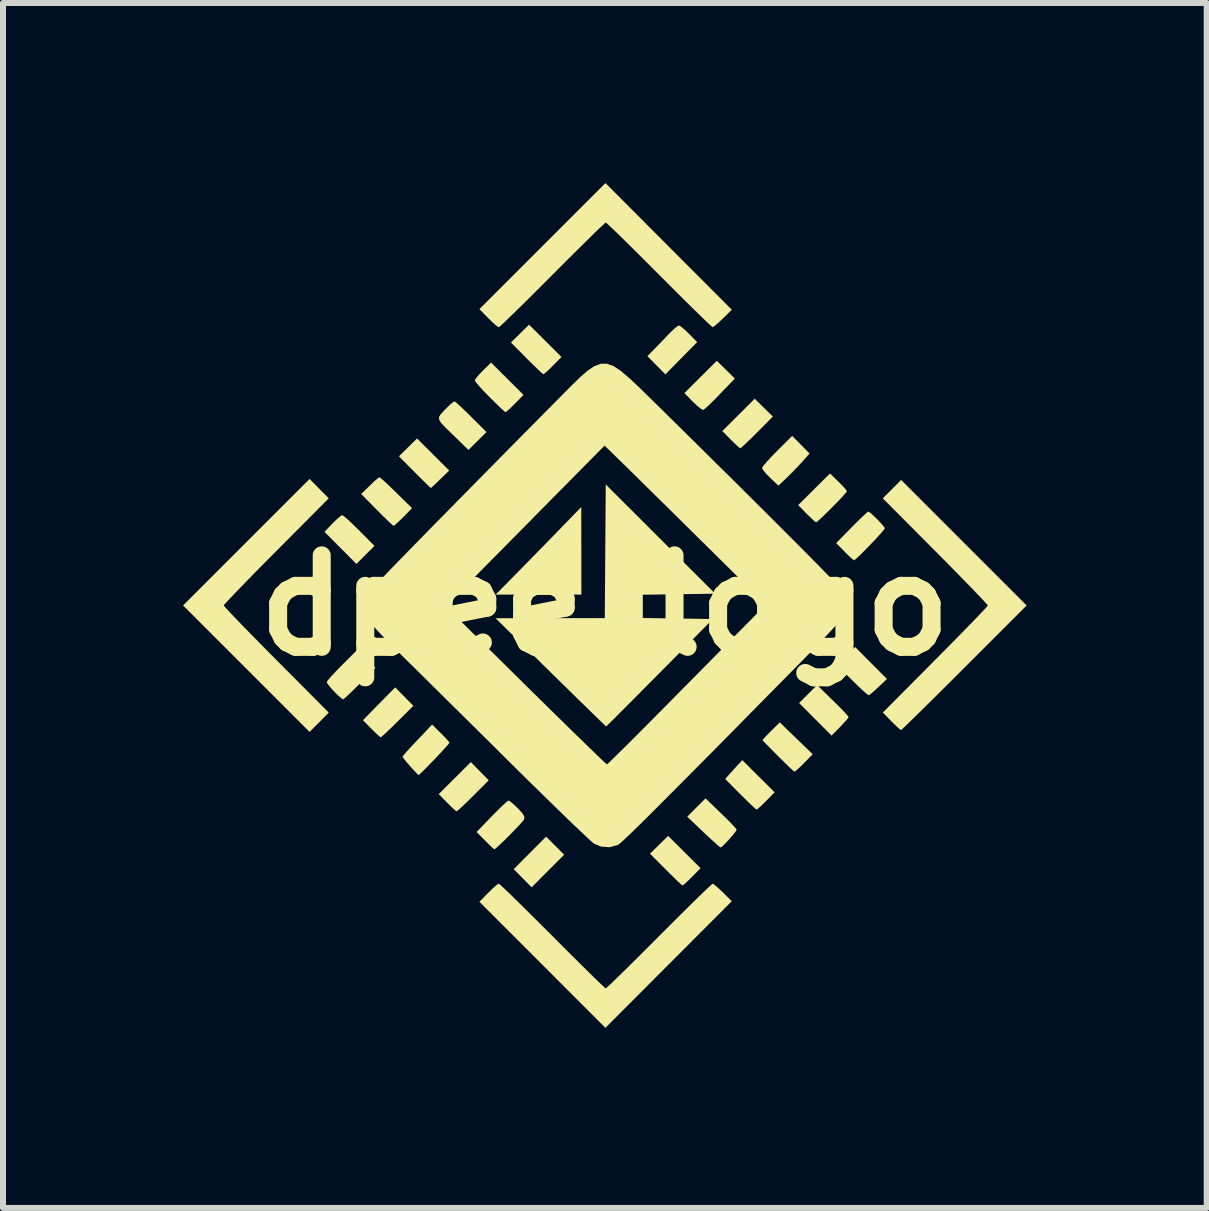
<source format=kicad_pcb>
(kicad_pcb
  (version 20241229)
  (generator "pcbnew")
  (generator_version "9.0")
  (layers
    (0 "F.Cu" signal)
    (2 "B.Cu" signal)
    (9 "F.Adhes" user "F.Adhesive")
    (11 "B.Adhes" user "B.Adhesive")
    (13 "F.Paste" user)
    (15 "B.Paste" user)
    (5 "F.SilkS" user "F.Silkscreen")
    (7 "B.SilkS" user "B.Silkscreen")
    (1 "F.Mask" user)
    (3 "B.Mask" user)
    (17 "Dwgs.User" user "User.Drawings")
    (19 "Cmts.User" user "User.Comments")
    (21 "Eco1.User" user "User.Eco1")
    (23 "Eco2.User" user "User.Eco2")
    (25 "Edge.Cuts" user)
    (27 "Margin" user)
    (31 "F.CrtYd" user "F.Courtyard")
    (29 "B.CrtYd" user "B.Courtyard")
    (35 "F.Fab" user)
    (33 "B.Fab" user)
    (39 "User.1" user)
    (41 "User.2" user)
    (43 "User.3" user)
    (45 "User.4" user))
  (footprint "dpee_logo"
    (layer "F.Cu")
    (at 7.027 7.037)
    (property "Reference" "dpee_logo" (at 0 0 0) (layer "F.SilkS") (effects (font (size 1.524 1.524) (thickness 0.3))))
    (attr board_only exclude_from_pos_files exclude_from_bom)
    (fp_poly (pts (xy -0.828 4.003) (xy -0.678 4.153) (xy -1.22 4.696) (xy -1.369 4.545) (xy -1.518 4.393) (xy -1.249 4.123) (xy -0.979 3.852)) (stroke (width 0) (type solid)) (fill yes) (layer "F.SilkS"))
    (fp_poly (pts (xy -0.392 -0.91) (xy -0.391 -0.181) (xy -1.82 -0.181) (xy -1.545 -0.459) (xy -1.434 -0.572) (xy -1.294 -0.715) (xy -1.137 -0.875) (xy -0.975 -1.041) (xy -0.831 -1.189) (xy -0.393 -1.64)) (stroke (width 0) (type solid)) (fill yes) (layer "F.SilkS"))
    (fp_poly (pts (xy -4.345 -1.485) (xy -4.281 -1.43) (xy -4.194 -1.348) (xy -4.093 -1.249) (xy -3.838 -0.993) (xy -4.139 -0.692) (xy -4.405 -0.959) (xy -4.671 -1.226) (xy -4.538 -1.366) (xy -4.464 -1.438) (xy -4.405 -1.488) (xy -4.376 -1.505)) (stroke (width 0) (type solid)) (fill yes) (layer "F.SilkS"))
    (fp_poly (pts (xy 3.799 1.583) (xy 3.901 1.683) (xy 3.984 1.769) (xy 4.04 1.83) (xy 4.062 1.86) (xy 4.062 1.86) (xy 4.041 1.891) (xy 3.989 1.95) (xy 3.919 2.024) (xy 3.777 2.168) (xy 3.236 1.625) (xy 3.536 1.326)) (stroke (width 0) (type solid)) (fill yes) (layer "F.SilkS"))
    (fp_poly (pts (xy -3.19 1.672) (xy -3.454 1.934) (xy -3.556 2.035) (xy -3.642 2.117) (xy -3.704 2.174) (xy -3.733 2.197) (xy -3.733 2.197) (xy -3.761 2.177) (xy -3.818 2.125) (xy -3.89 2.054) (xy -4.03 1.911) (xy -3.762 1.638) (xy -3.493 1.365)) (stroke (width 0) (type solid)) (fill yes) (layer "F.SilkS"))
    (fp_poly (pts (xy 1.324 4.108) (xy 1.595 4.377) (xy 1.453 4.521) (xy 1.379 4.594) (xy 1.322 4.645) (xy 1.295 4.665) (xy 1.268 4.645) (xy 1.208 4.59) (xy 1.124 4.508) (xy 1.023 4.408) (xy 1.015 4.4) (xy 0.752 4.136) (xy 1.054 3.839)) (stroke (width 0) (type solid)) (fill yes) (layer "F.SilkS"))
    (fp_poly (pts (xy 2.016 -3.928) (xy 2.166 -3.78) (xy 1.918 -3.523) (xy 1.819 -3.421) (xy 1.733 -3.337) (xy 1.67 -3.28) (xy 1.64 -3.257) (xy 1.605 -3.273) (xy 1.543 -3.322) (xy 1.467 -3.393) (xy 1.325 -3.538) (xy 1.595 -3.807) (xy 1.865 -4.076)) (stroke (width 0) (type solid)) (fill yes) (layer "F.SilkS"))
    (fp_poly (pts (xy 4.435 0.959) (xy 4.7 1.225) (xy 4.56 1.358) (xy 4.484 1.427) (xy 4.425 1.478) (xy 4.399 1.497) (xy 4.371 1.48) (xy 4.31 1.428) (xy 4.225 1.349) (xy 4.125 1.25) (xy 4.123 1.249) (xy 3.868 0.993) (xy 4.169 0.692)) (stroke (width 0) (type solid)) (fill yes) (layer "F.SilkS"))
    (fp_poly (pts (xy -2.083 2.762) (xy -1.935 2.914) (xy -2.194 3.172) (xy -2.295 3.272) (xy -2.381 3.354) (xy -2.442 3.409) (xy -2.469 3.431) (xy -2.469 3.431) (xy -2.497 3.411) (xy -2.554 3.359) (xy -2.627 3.287) (xy -2.768 3.143) (xy -2.5 2.876) (xy -2.232 2.609)) (stroke (width 0) (type solid)) (fill yes) (layer "F.SilkS"))
    (fp_poly (pts (xy -0.993 -4.409) (xy -0.723 -4.14) (xy -0.864 -3.996) (xy -0.938 -3.923) (xy -0.995 -3.872) (xy -1.023 -3.852) (xy -1.049 -3.872) (xy -1.109 -3.927) (xy -1.194 -4.009) (xy -1.295 -4.108) (xy -1.302 -4.116) (xy -1.565 -4.381) (xy -1.414 -4.529) (xy -1.263 -4.678)) (stroke (width 0) (type solid)) (fill yes) (layer "F.SilkS"))
    (fp_poly (pts (xy 1.27 -4.645) (xy 1.332 -4.593) (xy 1.401 -4.526) (xy 1.538 -4.387) (xy 1.273 -4.119) (xy 1.008 -3.85) (xy 0.709 -4.153) (xy 0.859 -4.307) (xy 0.952 -4.403) (xy 1.044 -4.499) (xy 1.107 -4.563) (xy 1.171 -4.623) (xy 1.221 -4.66) (xy 1.235 -4.665)) (stroke (width 0) (type solid)) (fill yes) (layer "F.SilkS"))
    (fp_poly (pts (xy 2.648 -3.295) (xy 2.799 -3.147) (xy 2.536 -2.882) (xy 2.435 -2.782) (xy 2.349 -2.699) (xy 2.286 -2.641) (xy 2.257 -2.618) (xy 2.257 -2.618) (xy 2.229 -2.638) (xy 2.171 -2.69) (xy 2.098 -2.762) (xy 1.957 -2.906) (xy 2.227 -3.175) (xy 2.497 -3.444)) (stroke (width 0) (type solid)) (fill yes) (layer "F.SilkS"))
    (fp_poly (pts (xy -2.861 -2.515) (xy -2.593 -2.248) (xy -2.743 -2.102) (xy -2.818 -2.03) (xy -2.874 -1.978) (xy -2.899 -1.956) (xy -2.899 -1.956) (xy -2.922 -1.976) (xy -2.978 -2.031) (xy -3.06 -2.112) (xy -3.159 -2.211) (xy -3.168 -2.22) (xy -3.431 -2.485) (xy -3.28 -2.633) (xy -3.129 -2.782)) (stroke (width 0) (type solid)) (fill yes) (layer "F.SilkS"))
    (fp_poly (pts (xy 2.559 2.845) (xy 2.829 3.113) (xy 2.687 3.257) (xy 2.613 3.33) (xy 2.556 3.381) (xy 2.528 3.401) (xy 2.502 3.381) (xy 2.442 3.326) (xy 2.358 3.245) (xy 2.258 3.146) (xy 2.258 3.146) (xy 2.004 2.891) (xy 2.078 2.808) (xy 2.151 2.727) (xy 2.221 2.651) (xy 2.29 2.577)) (stroke (width 0) (type solid)) (fill yes) (layer "F.SilkS"))
    (fp_poly (pts (xy 3.266 -2.678) (xy 3.41 -2.531) (xy 3.296 -2.402) (xy 3.208 -2.307) (xy 3.104 -2.2) (xy 3.037 -2.134) (xy 2.892 -1.996) (xy 2.755 -2.125) (xy 2.683 -2.198) (xy 2.634 -2.259) (xy 2.618 -2.29) (xy 2.639 -2.324) (xy 2.694 -2.39) (xy 2.775 -2.478) (xy 2.87 -2.575) (xy 3.121 -2.825)) (stroke (width 0) (type solid)) (fill yes) (layer "F.SilkS"))
    (fp_poly (pts (xy -1.625 -3.777) (xy -1.355 -3.508) (xy -1.496 -3.364) (xy -1.57 -3.291) (xy -1.627 -3.24) (xy -1.655 -3.22) (xy -1.681 -3.24) (xy -1.741 -3.295) (xy -1.825 -3.376) (xy -1.919 -3.469) (xy -2.017 -3.57) (xy -2.096 -3.656) (xy -2.149 -3.719) (xy -2.167 -3.749) (xy -2.147 -3.784) (xy -2.095 -3.847) (xy -2.031 -3.913) (xy -1.895 -4.046)) (stroke (width 0) (type solid)) (fill yes) (layer "F.SilkS"))
    (fp_poly (pts (xy 3.892 -2.062) (xy 3.964 -1.989) (xy 4.015 -1.931) (xy 4.033 -1.902) (xy 4.013 -1.874) (xy 3.96 -1.815) (xy 3.884 -1.734) (xy 3.795 -1.644) (xy 3.704 -1.553) (xy 3.622 -1.473) (xy 3.558 -1.414) (xy 3.522 -1.385) (xy 3.519 -1.384) (xy 3.492 -1.404) (xy 3.435 -1.456) (xy 3.362 -1.528) (xy 3.221 -1.672) (xy 3.751 -2.199)) (stroke (width 0) (type solid)) (fill yes) (layer "F.SilkS"))
    (fp_poly (pts (xy -3.973 0.888) (xy -3.824 1.038) (xy -4.083 1.302) (xy -4.184 1.403) (xy -4.27 1.486) (xy -4.332 1.543) (xy -4.361 1.565) (xy -4.362 1.565) (xy -4.392 1.545) (xy -4.449 1.494) (xy -4.508 1.436) (xy -4.575 1.362) (xy -4.621 1.304) (xy -4.635 1.277) (xy -4.614 1.246) (xy -4.559 1.181) (xy -4.478 1.094) (xy -4.379 0.993) (xy -4.123 0.738)) (stroke (width 0) (type solid)) (fill yes) (layer "F.SilkS"))
    (fp_poly (pts (xy -2.476 -3.379) (xy -2.414 -3.324) (xy -2.329 -3.243) (xy -2.228 -3.144) (xy -2.228 -3.144) (xy -1.972 -2.889) (xy -2.122 -2.74) (xy -2.272 -2.591) (xy -2.537 -2.848) (xy -2.65 -2.958) (xy -2.724 -3.035) (xy -2.76 -3.092) (xy -2.763 -3.14) (xy -2.732 -3.19) (xy -2.672 -3.254) (xy -2.625 -3.301) (xy -2.562 -3.36) (xy -2.516 -3.395) (xy -2.504 -3.4)) (stroke (width 0) (type solid)) (fill yes) (layer "F.SilkS"))
    (fp_poly (pts (xy 1.937 3.464) (xy 2.038 3.562) (xy 2.12 3.646) (xy 2.176 3.707) (xy 2.197 3.736) (xy 2.197 3.736) (xy 2.178 3.768) (xy 2.131 3.828) (xy 2.068 3.899) (xy 2.005 3.967) (xy 1.953 4.016) (xy 1.929 4.033) (xy 1.902 4.013) (xy 1.84 3.959) (xy 1.753 3.88) (xy 1.649 3.783) (xy 1.641 3.776) (xy 1.372 3.519) (xy 1.677 3.214)) (stroke (width 0) (type solid)) (fill yes) (layer "F.SilkS"))
    (fp_poly (pts (xy 3.463 2.479) (xy 3.32 2.624) (xy 3.246 2.697) (xy 3.188 2.749) (xy 3.16 2.769) (xy 3.133 2.749) (xy 3.073 2.694) (xy 2.989 2.612) (xy 2.889 2.513) (xy 2.888 2.512) (xy 2.789 2.412) (xy 2.706 2.328) (xy 2.65 2.271) (xy 2.627 2.247) (xy 2.626 2.247) (xy 2.643 2.223) (xy 2.692 2.169) (xy 2.763 2.097) (xy 2.767 2.093) (xy 2.914 1.948)) (stroke (width 0) (type solid)) (fill yes) (layer "F.SilkS"))
    (fp_poly (pts (xy -3.729 -2.117) (xy -3.667 -2.063) (xy -3.581 -1.982) (xy -3.48 -1.884) (xy -3.475 -1.879) (xy -3.212 -1.621) (xy -3.358 -1.472) (xy -3.433 -1.399) (xy -3.491 -1.346) (xy -3.52 -1.326) (xy -3.52 -1.326) (xy -3.546 -1.346) (xy -3.606 -1.402) (xy -3.69 -1.484) (xy -3.79 -1.584) (xy -3.798 -1.592) (xy -4.06 -1.856) (xy -3.917 -1.996) (xy -3.842 -2.068) (xy -3.784 -2.118) (xy -3.756 -2.137)) (stroke (width 0) (type solid)) (fill yes) (layer "F.SilkS"))
    (fp_poly (pts (xy -2.733 2.127) (xy -2.66 2.201) (xy -2.608 2.258) (xy -2.589 2.286) (xy -2.589 2.286) (xy -2.608 2.313) (xy -2.66 2.372) (xy -2.734 2.453) (xy -2.82 2.545) (xy -2.91 2.638) (xy -2.992 2.722) (xy -3.058 2.787) (xy -3.097 2.822) (xy -3.103 2.826) (xy -3.128 2.804) (xy -3.18 2.749) (xy -3.243 2.68) (xy -3.309 2.604) (xy -3.355 2.545) (xy -3.371 2.52) (xy -3.351 2.493) (xy -3.298 2.431) (xy -3.219 2.345) (xy -3.124 2.244) (xy -2.878 1.984)) (stroke (width 0) (type solid)) (fill yes) (layer "F.SilkS"))
    (fp_poly (pts (xy 4.421 -1.545) (xy 4.478 -1.494) (xy 4.545 -1.428) (xy 4.608 -1.361) (xy 4.653 -1.308) (xy 4.665 -1.286) (xy 4.645 -1.257) (xy 4.593 -1.195) (xy 4.518 -1.113) (xy 4.43 -1.02) (xy 4.34 -0.928) (xy 4.258 -0.845) (xy 4.193 -0.784) (xy 4.156 -0.754) (xy 4.153 -0.752) (xy 4.125 -0.772) (xy 4.067 -0.824) (xy 3.994 -0.896) (xy 3.853 -1.039) (xy 4.112 -1.302) (xy 4.213 -1.403) (xy 4.298 -1.486) (xy 4.36 -1.543) (xy 4.389 -1.565) (xy 4.389 -1.565)) (stroke (width 0) (type solid)) (fill yes) (layer "F.SilkS"))
    (fp_poly (pts (xy -1.571 3.27) (xy -1.51 3.322) (xy -1.448 3.382) (xy -1.376 3.46) (xy -1.343 3.513) (xy -1.342 3.553) (xy -1.35 3.57) (xy -1.38 3.609) (xy -1.441 3.676) (xy -1.521 3.759) (xy -1.609 3.849) (xy -1.696 3.935) (xy -1.771 4.006) (xy -1.823 4.052) (xy -1.841 4.063) (xy -1.866 4.043) (xy -1.922 3.991) (xy -1.995 3.918) (xy -1.995 3.918) (xy -2.137 3.774) (xy -1.884 3.512) (xy -1.784 3.411) (xy -1.698 3.328) (xy -1.635 3.271) (xy -1.604 3.25) (xy -1.604 3.25)) (stroke (width 0) (type solid)) (fill yes) (layer "F.SilkS"))
    (fp_poly (pts (xy 0.926 -1.106) (xy 1.838 -0.196) (xy 1.235 -0.187) (xy 0.632 -0.179) (xy 0.632 0.209) (xy 1.8 0.226) (xy 0.915 1.121) (xy 0.725 1.312) (xy 0.55 1.489) (xy 0.392 1.648) (xy 0.256 1.784) (xy 0.148 1.893) (xy 0.07 1.969) (xy 0.028 2.01) (xy 0.022 2.016) (xy -0.000316 1.995) (xy -0.061 1.937) (xy -0.156 1.845) (xy -0.28 1.724) (xy -0.43 1.578) (xy -0.6 1.411) (xy -0.786 1.229) (xy -0.903 1.114) (xy -1.821 0.213) (xy -0.911 0.212) (xy -0.001 0.211) (xy 0.007 -0.903) (xy 0.015 -2.016)) (stroke (width 0) (type solid)) (fill yes) (layer "F.SilkS"))
    (fp_poly (pts (xy -4.76 -1.946) (xy -4.6 -1.785) (xy -5.475 -0.905) (xy -5.664 -0.715) (xy -5.838 -0.538) (xy -5.994 -0.378) (xy -6.127 -0.241) (xy -6.233 -0.13) (xy -6.308 -0.05) (xy -6.346 -0.007) (xy -6.35 0) (xy -6.329 0.026) (xy -6.271 0.09) (xy -6.178 0.188) (xy -6.057 0.314) (xy -5.91 0.464) (xy -5.744 0.634) (xy -5.561 0.819) (xy -5.475 0.905) (xy -4.6 1.785) (xy -4.759 1.946) (xy -4.836 2.023) (xy -4.892 2.079) (xy -4.919 2.106) (xy -4.92 2.107) (xy -4.94 2.086) (xy -5 2.027) (xy -5.094 1.933) (xy -5.218 1.809) (xy -5.368 1.659) (xy -5.541 1.486) (xy -5.732 1.295) (xy -5.937 1.09) (xy -5.974 1.053) (xy -7.027 -0.000108) (xy -4.919 -2.108)) (stroke (width 0) (type solid)) (fill yes) (layer "F.SilkS"))
    (fp_poly (pts (xy 5.981 -1.046) (xy 7.027 -0.000109) (xy 5.989 1.038) (xy 5.783 1.244) (xy 5.59 1.436) (xy 5.414 1.611) (xy 5.259 1.764) (xy 5.129 1.891) (xy 5.03 1.988) (xy 4.963 2.051) (xy 4.935 2.076) (xy 4.935 2.077) (xy 4.907 2.057) (xy 4.85 2.005) (xy 4.775 1.932) (xy 4.774 1.93) (xy 4.631 1.784) (xy 5.505 0.905) (xy 5.694 0.715) (xy 5.868 0.538) (xy 6.024 0.378) (xy 6.157 0.241) (xy 6.263 0.13) (xy 6.338 0.05) (xy 6.376 0.007) (xy 6.38 0) (xy 6.36 -0.026) (xy 6.301 -0.09) (xy 6.208 -0.188) (xy 6.087 -0.314) (xy 5.94 -0.464) (xy 5.774 -0.634) (xy 5.591 -0.819) (xy 5.505 -0.905) (xy 4.63 -1.785) (xy 4.936 -2.091)) (stroke (width 0) (type solid)) (fill yes) (layer "F.SilkS"))
    (fp_poly (pts (xy -1.742 4.655) (xy -1.678 4.714) (xy -1.581 4.807) (xy -1.456 4.929) (xy -1.307 5.076) (xy -1.138 5.244) (xy -0.955 5.427) (xy -0.874 5.507) (xy -0.686 5.696) (xy -0.511 5.87) (xy -0.354 6.026) (xy -0.218 6.16) (xy -0.11 6.265) (xy -0.032 6.339) (xy 0.009 6.376) (xy 0.015 6.38) (xy 0.04 6.359) (xy 0.103 6.301) (xy 0.199 6.208) (xy 0.324 6.086) (xy 0.472 5.939) (xy 0.641 5.771) (xy 0.824 5.588) (xy 0.904 5.507) (xy 1.093 5.319) (xy 1.268 5.144) (xy 1.426 4.988) (xy 1.562 4.855) (xy 1.671 4.75) (xy 1.749 4.677) (xy 1.791 4.639) (xy 1.797 4.636) (xy 1.829 4.656) (xy 1.89 4.708) (xy 1.967 4.781) (xy 1.968 4.782) (xy 2.115 4.927) (xy 0.009 7.037) (xy -1.04 5.987) (xy -2.09 4.937) (xy -1.942 4.786) (xy -1.865 4.711) (xy -1.803 4.657) (xy -1.769 4.635) (xy -1.768 4.635)) (stroke (width 0) (type solid)) (fill yes) (layer "F.SilkS"))
    (fp_poly (pts (xy 1.062 -5.982) (xy 2.115 -4.927) (xy 1.968 -4.782) (xy 1.891 -4.709) (xy 1.829 -4.657) (xy 1.797 -4.636) (xy 1.797 -4.636) (xy 1.771 -4.656) (xy 1.707 -4.715) (xy 1.611 -4.808) (xy 1.486 -4.93) (xy 1.337 -5.076) (xy 1.168 -5.244) (xy 0.985 -5.427) (xy 0.905 -5.507) (xy 0.717 -5.696) (xy 0.542 -5.871) (xy 0.384 -6.027) (xy 0.249 -6.16) (xy 0.14 -6.265) (xy 0.063 -6.339) (xy 0.021 -6.376) (xy 0.015 -6.38) (xy -0.01 -6.359) (xy -0.073 -6.3) (xy -0.17 -6.208) (xy -0.294 -6.085) (xy -0.443 -5.938) (xy -0.612 -5.771) (xy -0.795 -5.588) (xy -0.875 -5.507) (xy -1.063 -5.319) (xy -1.238 -5.144) (xy -1.396 -4.988) (xy -1.532 -4.855) (xy -1.641 -4.749) (xy -1.719 -4.676) (xy -1.762 -4.638) (xy -1.768 -4.635) (xy -1.8 -4.655) (xy -1.861 -4.707) (xy -1.937 -4.781) (xy -1.942 -4.786) (xy -2.09 -4.937) (xy -1.04 -5.987) (xy 0.01 -7.037)) (stroke (width 0) (type solid)) (fill yes) (layer "F.SilkS"))
    (fp_poly (pts (xy 0.035 -4.027) (xy 0.144 -3.988) (xy 0.264 -3.909) (xy 0.405 -3.79) (xy 0.574 -3.631) (xy 0.778 -3.431) (xy 0.828 -3.382) (xy 1.184 -3.031) (xy 1.531 -2.689) (xy 1.865 -2.358) (xy 2.185 -2.042) (xy 2.486 -1.742) (xy 2.768 -1.461) (xy 3.027 -1.202) (xy 3.261 -0.968) (xy 3.467 -0.76) (xy 3.643 -0.581) (xy 3.786 -0.434) (xy 3.894 -0.322) (xy 3.963 -0.247) (xy 3.993 -0.211) (xy 3.993 -0.211) (xy 4.026 -0.096) (xy 4.025 0.038) (xy 3.994 0.158) (xy 3.964 0.2) (xy 3.897 0.279) (xy 3.799 0.387) (xy 3.676 0.519) (xy 3.535 0.668) (xy 3.38 0.827) (xy 3.372 0.835) (xy 2.926 1.288) (xy 2.52 1.699) (xy 2.154 2.071) (xy 1.825 2.404) (xy 1.531 2.7) (xy 1.272 2.961) (xy 1.045 3.189) (xy 0.85 3.385) (xy 0.684 3.55) (xy 0.546 3.686) (xy 0.434 3.795) (xy 0.347 3.878) (xy 0.283 3.937) (xy 0.241 3.974) (xy 0.22 3.988) (xy 0.082 4.028) (xy -0.065 4.017) (xy -0.176 3.971) (xy -0.216 3.939) (xy -0.293 3.868) (xy -0.405 3.763) (xy -0.548 3.627) (xy -0.717 3.464) (xy -0.909 3.277) (xy -1.118 3.072) (xy -1.343 2.851) (xy -1.576 2.621) (xy -1.827 2.371) (xy -2.082 2.119) (xy -2.333 1.87) (xy -2.575 1.631) (xy -2.802 1.406) (xy -3.008 1.202) (xy -3.187 1.025) (xy -3.334 0.881) (xy -3.407 0.809) (xy -3.556 0.661) (xy -3.692 0.521) (xy -3.807 0.399) (xy -3.897 0.299) (xy -3.954 0.229) (xy -3.971 0.201) (xy -4 0.059) (xy -3.997 0.015) (xy -2.651 0.015) (xy -1.318 1.331) (xy -1.083 1.563) (xy -0.86 1.782) (xy -0.654 1.984) (xy -0.468 2.166) (xy -0.305 2.324) (xy -0.17 2.455) (xy -0.066 2.555) (xy 0.003 2.62) (xy 0.034 2.647) (xy 0.035 2.648) (xy 0.059 2.627) (xy 0.122 2.567) (xy 0.219 2.471) (xy 0.348 2.344) (xy 0.504 2.188) (xy 0.685 2.007) (xy 0.885 1.805) (xy 1.102 1.586) (xy 1.332 1.353) (xy 1.368 1.317) (xy 2.682 -0.015) (xy 1.589 -1.095) (xy 1.367 -1.314) (xy 1.15 -1.529) (xy 0.943 -1.733) (xy 0.752 -1.921) (xy 0.582 -2.089) (xy 0.438 -2.231) (xy 0.326 -2.341) (xy 0.25 -2.414) (xy 0.246 -2.419) (xy -0.005 -2.663) (xy -1.328 -1.324) (xy -2.651 0.015) (xy -3.997 0.015) (xy -3.989 -0.086) (xy -3.947 -0.196) (xy -3.927 -0.221) (xy -3.886 -0.268) (xy -3.822 -0.337) (xy -3.734 -0.43) (xy -3.621 -0.549) (xy -3.48 -0.695) (xy -3.31 -0.869) (xy -3.11 -1.074) (xy -2.878 -1.311) (xy -2.612 -1.581) (xy -2.312 -1.886) (xy -1.975 -2.228) (xy -1.6 -2.608) (xy -1.185 -3.027) (xy -0.767 -3.45) (xy -0.578 -3.641) (xy -0.421 -3.795) (xy -0.289 -3.911) (xy -0.173 -3.988) (xy -0.068 -4.027)) (stroke (width 0) (type solid)) (fill yes) (layer "F.SilkS")))
  (gr_rect
    (start -3 -3)
    (end 17.054 17.074)
    (stroke (width 0.1) (type default))
    (fill no)
    (layer "Edge.Cuts")))
</source>
